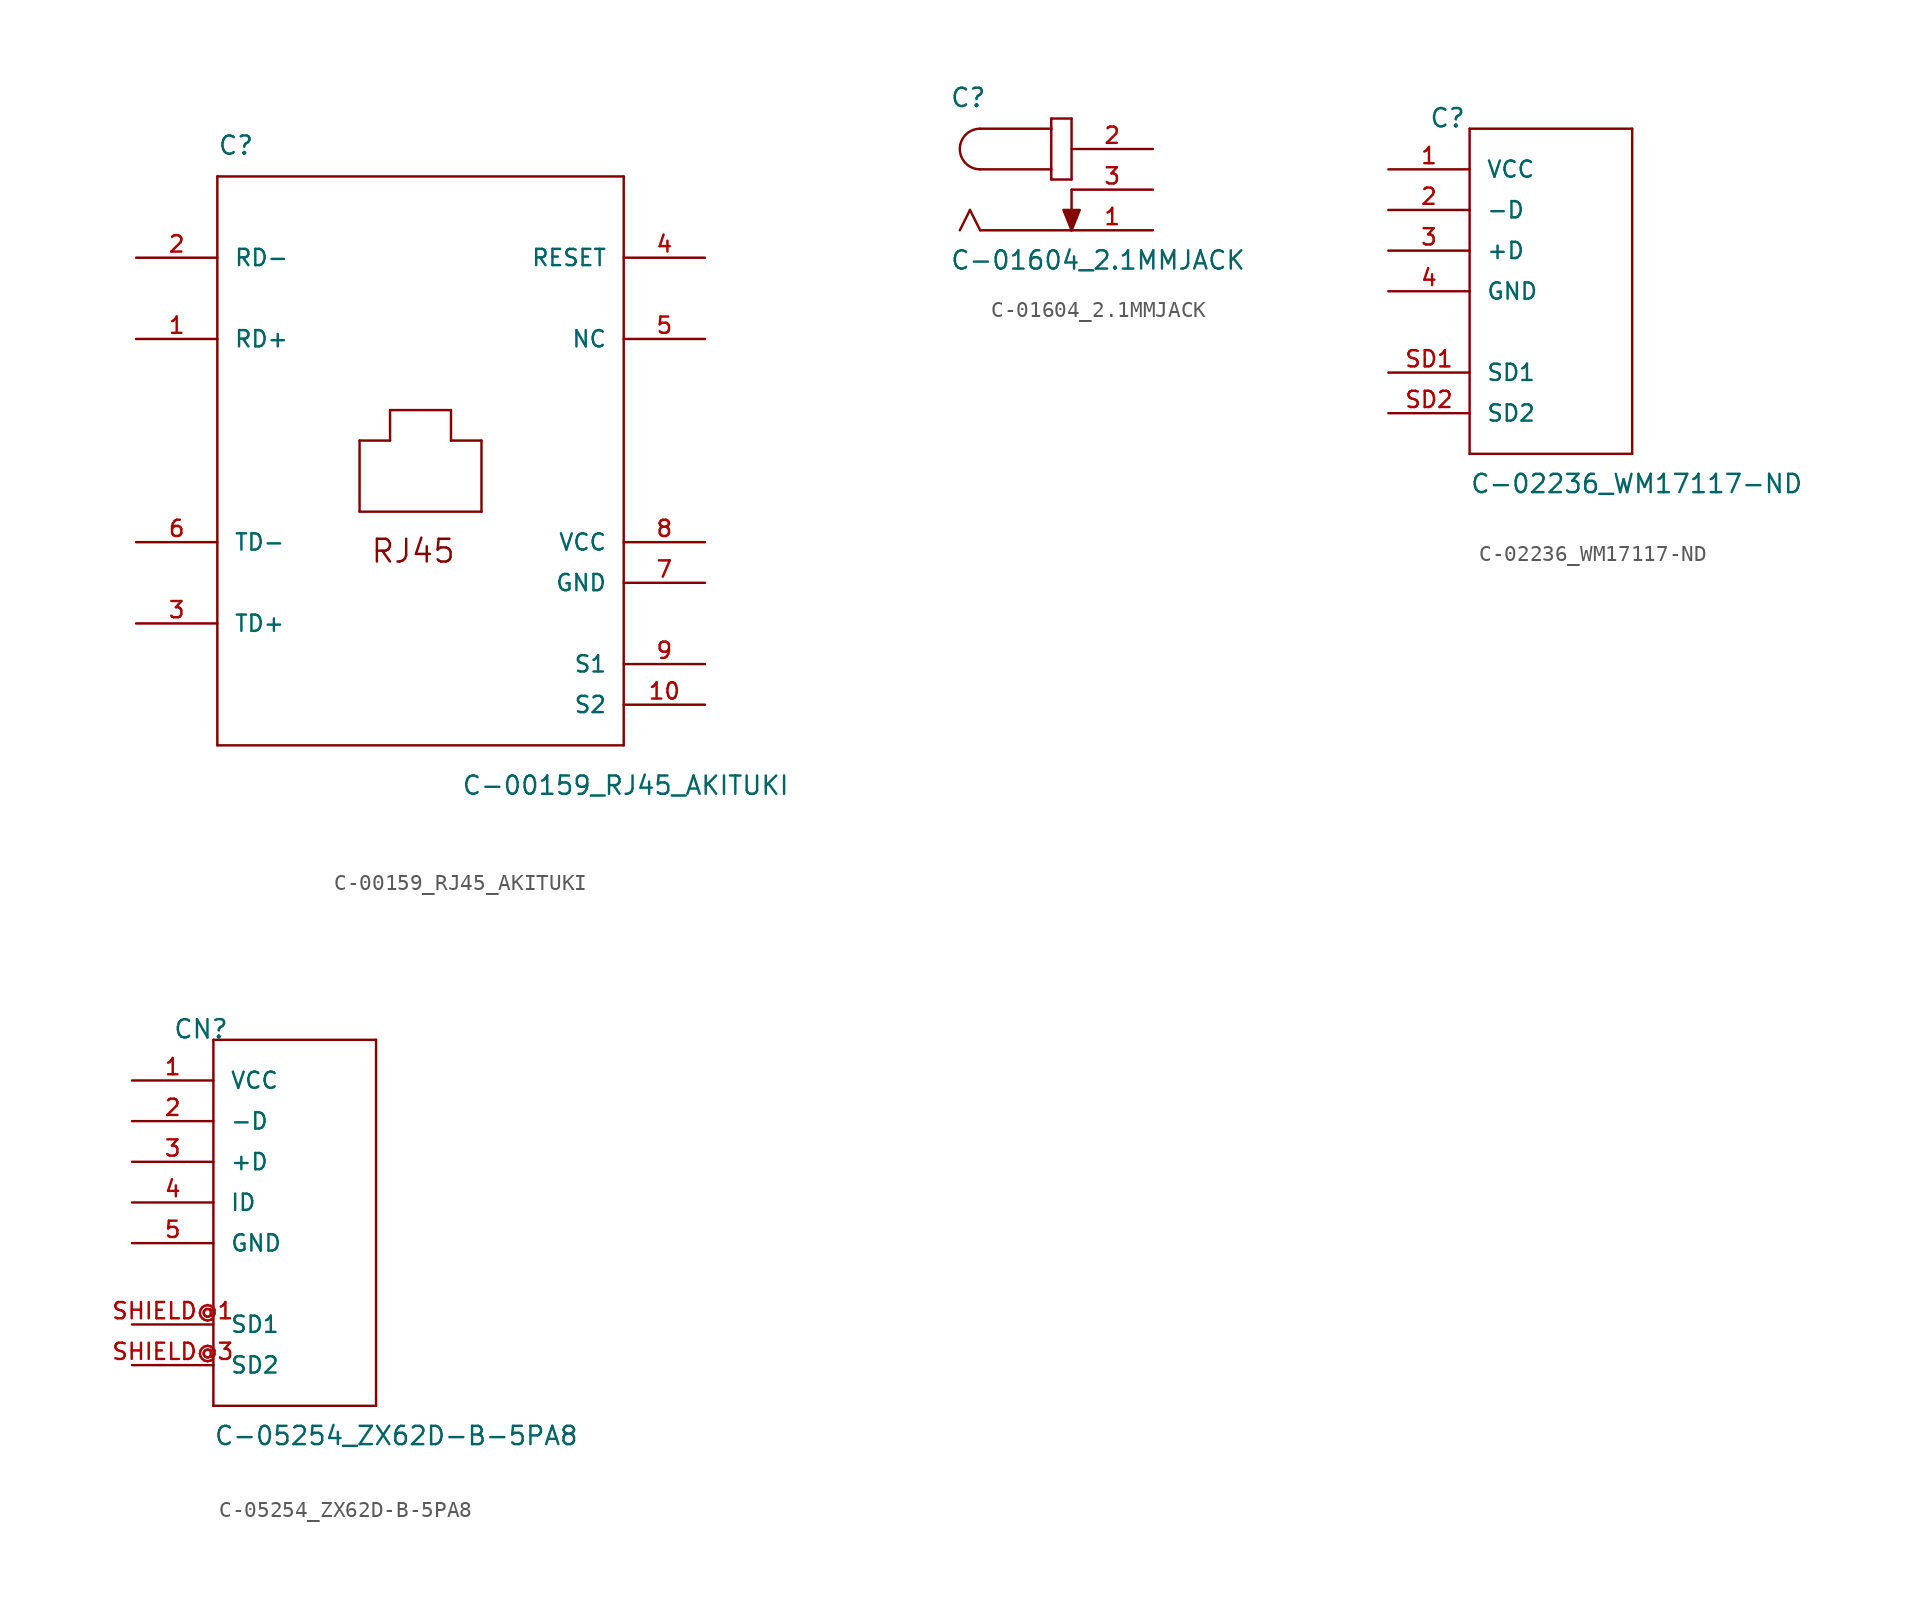
<source format=kicad_sym>
(kicad_symbol_lib
  (version 20211014)
  (generator kicad_symbol_editor)
  (symbol "C-00159_RJ45_AKITUKI"
    (pin_names
      (offset 1.016))
    (property "Reference" "C"
      (at -12.7 19.05 0)
      (effects (font (size 1.143 1.143)) (justify left bottom)))
    (property "Value" "C-00159_RJ45_AKITUKI"
      (at 2.54 -20.955 0)
      (effects (font (size 1.143 1.143)) (justify left bottom)))
    (property "ki_locked" ""
      (at 0 0 0)
      (effects (font (size 1.27 1.27))))
    (symbol "C-00159_RJ45_AKITUKI_1_0"
      (polyline (pts (xy -12.7 -17.78) (xy -12.7 17.78)) (stroke (width 0) (type default) (color 0 0 0 0)) (fill (type none)))
      (polyline (pts (xy -12.7 17.78) (xy 12.7 17.78)) (stroke (width 0) (type default) (color 0 0 0 0)) (fill (type none)))
      (polyline (pts (xy -3.81 -3.175) (xy -3.81 1.27)) (stroke (width 0) (type default) (color 0 0 0 0)) (fill (type none)))
      (polyline (pts (xy -3.81 1.27) (xy -1.905 1.27)) (stroke (width 0) (type default) (color 0 0 0 0)) (fill (type none)))
      (polyline (pts (xy -1.905 1.27) (xy -1.905 3.175)) (stroke (width 0) (type default) (color 0 0 0 0)) (fill (type none)))
      (polyline (pts (xy -1.905 3.175) (xy 1.905 3.175)) (stroke (width 0) (type default) (color 0 0 0 0)) (fill (type none)))
      (polyline (pts (xy 1.905 1.27) (xy 3.81 1.27)) (stroke (width 0) (type default) (color 0 0 0 0)) (fill (type none)))
      (polyline (pts (xy 1.905 3.175) (xy 1.905 1.27)) (stroke (width 0) (type default) (color 0 0 0 0)) (fill (type none)))
      (polyline (pts (xy 3.81 -3.175) (xy -3.81 -3.175)) (stroke (width 0) (type default) (color 0 0 0 0)) (fill (type none)))
      (polyline (pts (xy 3.81 1.27) (xy 3.81 -3.175)) (stroke (width 0) (type default) (color 0 0 0 0)) (fill (type none)))
      (polyline (pts (xy 12.7 -17.78) (xy -12.7 -17.78)) (stroke (width 0) (type default) (color 0 0 0 0)) (fill (type none)))
      (polyline (pts (xy 12.7 17.78) (xy 12.7 -17.78)) (stroke (width 0) (type default) (color 0 0 0 0)) (fill (type none)))
      (text "RJ45" (at -0.457 -5.639 0) (effects (font (size 1.422 1.422)))))
    (symbol "C-00159_RJ45_AKITUKI_1_1"
      (pin bidirectional line (at -17.78 7.62 0) (length 5.08) (name "RD+" (effects (font (size 1.016 1.016)))) (number "1" (effects (font (size 1.016 1.016)))))
      (pin passive line (at 17.78 -15.24 180) (length 5.08) (name "S2" (effects (font (size 1.016 1.016)))) (number "10" (effects (font (size 1.016 1.016)))))
      (pin bidirectional line (at -17.78 12.7 0) (length 5.08) (name "RD-" (effects (font (size 1.016 1.016)))) (number "2" (effects (font (size 1.016 1.016)))))
      (pin bidirectional line (at -17.78 -10.16 0) (length 5.08) (name "TD+" (effects (font (size 1.016 1.016)))) (number "3" (effects (font (size 1.016 1.016)))))
      (pin bidirectional line (at 17.78 12.7 180) (length 5.08) (name "RESET" (effects (font (size 1.016 1.016)))) (number "4" (effects (font (size 1.016 1.016)))))
      (pin bidirectional line (at 17.78 7.62 180) (length 5.08) (name "NC" (effects (font (size 1.016 1.016)))) (number "5" (effects (font (size 1.016 1.016)))))
      (pin bidirectional line (at -17.78 -5.08 0) (length 5.08) (name "TD-" (effects (font (size 1.016 1.016)))) (number "6" (effects (font (size 1.016 1.016)))))
      (pin passive line (at 17.78 -7.62 180) (length 5.08) (name "GND" (effects (font (size 1.016 1.016)))) (number "7" (effects (font (size 1.016 1.016)))))
      (pin passive line (at 17.78 -5.08 180) (length 5.08) (name "VCC" (effects (font (size 1.016 1.016)))) (number "8" (effects (font (size 1.016 1.016)))))
      (pin passive line (at 17.78 -12.7 180) (length 5.08) (name "S1" (effects (font (size 1.016 1.016)))) (number "9" (effects (font (size 1.016 1.016)))))))
  (symbol "C-01604_2.1MMJACK"
    (pin_names
      (offset 1.016) hide)
    (property "Reference" "C"
      (at -7.62 5.08 0)
      (effects (font (size 1.143 1.143)) (justify left bottom)))
    (property "Value" "C-01604_2.1MMJACK"
      (at -7.62 -5.08 0)
      (effects (font (size 1.143 1.143)) (justify left bottom)))
    (property "ki_locked" ""
      (at 0 0 0)
      (effects (font (size 1.27 1.27))))
    (symbol "C-01604_2.1MMJACK_1_0"
      (polyline (pts (xy -6.35 -1.27) (xy -6.985 -2.54)) (stroke (width 0) (type default) (color 0 0 0 0)) (fill (type none)))
      (polyline (pts (xy -5.715 -2.54) (xy -6.35 -1.27)) (stroke (width 0) (type default) (color 0 0 0 0)) (fill (type none)))
      (polyline (pts (xy -5.715 3.81) (xy -1.27 3.81)) (stroke (width 0) (type default) (color 0 0 0 0)) (fill (type none)))
      (polyline (pts (xy -1.27 0.635) (xy 0 0.635)) (stroke (width 0) (type default) (color 0 0 0 0)) (fill (type none)))
      (polyline (pts (xy -1.27 1.27) (xy -5.715 1.27)) (stroke (width 0) (type default) (color 0 0 0 0)) (fill (type none)))
      (polyline (pts (xy -1.27 1.27) (xy -1.27 0.635)) (stroke (width 0) (type default) (color 0 0 0 0)) (fill (type none)))
      (polyline (pts (xy -1.27 3.81) (xy -1.27 1.27)) (stroke (width 0) (type default) (color 0 0 0 0)) (fill (type none)))
      (polyline (pts (xy -1.27 4.445) (xy -1.27 3.81)) (stroke (width 0) (type default) (color 0 0 0 0)) (fill (type none)))
      (polyline (pts (xy 0 -2.54) (xy -5.715 -2.54)) (stroke (width 0) (type default) (color 0 0 0 0)) (fill (type none)))
      (polyline (pts (xy 0 0) (xy 0 -2.54)) (stroke (width 0) (type default) (color 0 0 0 0)) (fill (type none)))
      (polyline (pts (xy 0 0.635) (xy 0 4.445)) (stroke (width 0) (type default) (color 0 0 0 0)) (fill (type none)))
      (polyline (pts (xy 0 4.445) (xy -1.27 4.445)) (stroke (width 0) (type default) (color 0 0 0 0)) (fill (type none))))
    (symbol "C-01604_2.1MMJACK_1_1"
      (arc (start -5.715 3.81) (mid -6.985 2.54) (end -5.715 1.27) (stroke (width 0) (type default) (color 0 0 0 0)) (fill (type none)))
      (polyline (pts (xy 0 -2.54) (xy -0.508 -1.27) (xy -0.508 -1.27) (xy 0.508 -1.27) (xy 0.508 -1.27) (xy 0 -2.54)) (stroke (width 0) (type default) (color 0 0 0 0)) (fill (type outline)))
      (pin passive line (at 5.08 -2.54 180) (length 5.08) (name "GND" (effects (font (size 1.016 1.016)))) (number "1" (effects (font (size 1.016 1.016)))))
      (pin passive line (at 5.08 2.54 180) (length 5.08) (name "VCC" (effects (font (size 1.016 1.016)))) (number "2" (effects (font (size 1.016 1.016)))))
      (pin passive line (at 5.08 0 180) (length 5.08) (name "S" (effects (font (size 1.016 1.016)))) (number "3" (effects (font (size 1.016 1.016)))))))
  (symbol "C-02236_WM17117-ND"
    (pin_names
      (offset 1.016))
    (property "Reference" "C"
      (at -7.62 15.24 0)
      (effects (font (size 1.143 1.143)) (justify left bottom)))
    (property "Value" "C-02236_WM17117-ND"
      (at -5.08 -7.62 0)
      (effects (font (size 1.143 1.143)) (justify left bottom)))
    (property "ki_locked" ""
      (at 0 0 0)
      (effects (font (size 1.27 1.27))))
    (symbol "C-02236_WM17117-ND_1_0"
      (polyline (pts (xy -5.08 -5.08) (xy -5.08 15.24)) (stroke (width 0) (type default) (color 0 0 0 0)) (fill (type none)))
      (polyline (pts (xy -5.08 15.24) (xy 5.08 15.24)) (stroke (width 0) (type default) (color 0 0 0 0)) (fill (type none)))
      (polyline (pts (xy 5.08 -5.08) (xy -5.08 -5.08)) (stroke (width 0) (type default) (color 0 0 0 0)) (fill (type none)))
      (polyline (pts (xy 5.08 15.24) (xy 5.08 -5.08)) (stroke (width 0) (type default) (color 0 0 0 0)) (fill (type none))))
    (symbol "C-02236_WM17117-ND_1_1"
      (pin bidirectional line (at -10.16 12.7 0) (length 5.08) (name "VCC" (effects (font (size 1.016 1.016)))) (number "1" (effects (font (size 1.016 1.016)))))
      (pin bidirectional line (at -10.16 10.16 0) (length 5.08) (name "-D" (effects (font (size 1.016 1.016)))) (number "2" (effects (font (size 1.016 1.016)))))
      (pin bidirectional line (at -10.16 7.62 0) (length 5.08) (name "+D" (effects (font (size 1.016 1.016)))) (number "3" (effects (font (size 1.016 1.016)))))
      (pin bidirectional line (at -10.16 5.08 0) (length 5.08) (name "GND" (effects (font (size 1.016 1.016)))) (number "4" (effects (font (size 1.016 1.016)))))
      (pin bidirectional line (at -10.16 0 0) (length 5.08) (name "SD1" (effects (font (size 1.016 1.016)))) (number "SD1" (effects (font (size 1.016 1.016)))))
      (pin bidirectional line (at -10.16 -2.54 0) (length 5.08) (name "SD2" (effects (font (size 1.016 1.016)))) (number "SD2" (effects (font (size 1.016 1.016)))))))
  (symbol "C-05254_ZX62D-B-5PA8"
    (pin_names
      (offset 1.016))
    (property "Reference" "CN"
      (at -7.62 15.24 0)
      (effects (font (size 1.143 1.143)) (justify left bottom)))
    (property "Value" "C-05254_ZX62D-B-5PA8"
      (at -5.08 -10.16 0)
      (effects (font (size 1.143 1.143)) (justify left bottom)))
    (property "ki_locked" ""
      (at 0 0 0)
      (effects (font (size 1.27 1.27))))
    (symbol "C-05254_ZX62D-B-5PA8_1_0"
      (polyline (pts (xy -5.08 -7.62) (xy -5.08 15.24)) (stroke (width 0) (type default) (color 0 0 0 0)) (fill (type none)))
      (polyline (pts (xy -5.08 15.24) (xy 5.08 15.24)) (stroke (width 0) (type default) (color 0 0 0 0)) (fill (type none)))
      (polyline (pts (xy 5.08 -7.62) (xy -5.08 -7.62)) (stroke (width 0) (type default) (color 0 0 0 0)) (fill (type none)))
      (polyline (pts (xy 5.08 15.24) (xy 5.08 -7.62)) (stroke (width 0) (type default) (color 0 0 0 0)) (fill (type none))))
    (symbol "C-05254_ZX62D-B-5PA8_1_1"
      (pin bidirectional line (at -10.16 12.7 0) (length 5.08) (name "VCC" (effects (font (size 1.016 1.016)))) (number "1" (effects (font (size 1.016 1.016)))))
      (pin bidirectional line (at -10.16 10.16 0) (length 5.08) (name "-D" (effects (font (size 1.016 1.016)))) (number "2" (effects (font (size 1.016 1.016)))))
      (pin bidirectional line (at -10.16 7.62 0) (length 5.08) (name "+D" (effects (font (size 1.016 1.016)))) (number "3" (effects (font (size 1.016 1.016)))))
      (pin bidirectional line (at -10.16 5.08 0) (length 5.08) (name "ID" (effects (font (size 1.016 1.016)))) (number "4" (effects (font (size 1.016 1.016)))))
      (pin bidirectional line (at -10.16 2.54 0) (length 5.08) (name "GND" (effects (font (size 1.016 1.016)))) (number "5" (effects (font (size 1.016 1.016)))))
      (pin bidirectional line (at -10.16 -2.54 0) (length 5.08) (name "SD1" (effects (font (size 1.016 1.016)))) (number "SHIELD@1" (effects (font (size 1.016 1.016)))))
      (pin bidirectional line (at -10.16 -2.54 0) (length 5.08) hide (name "SD1" (effects (font (size 1.016 1.016)))) (number "SHIELD@2" (effects (font (size 1.016 1.016)))))
      (pin bidirectional line (at -10.16 -5.08 0) (length 5.08) (name "SD2" (effects (font (size 1.016 1.016)))) (number "SHIELD@3" (effects (font (size 1.016 1.016)))))
      (pin bidirectional line (at -10.16 -5.08 0) (length 5.08) hide (name "SD2" (effects (font (size 1.016 1.016)))) (number "SHIELD@4" (effects (font (size 1.016 1.016))))))))
</source>
